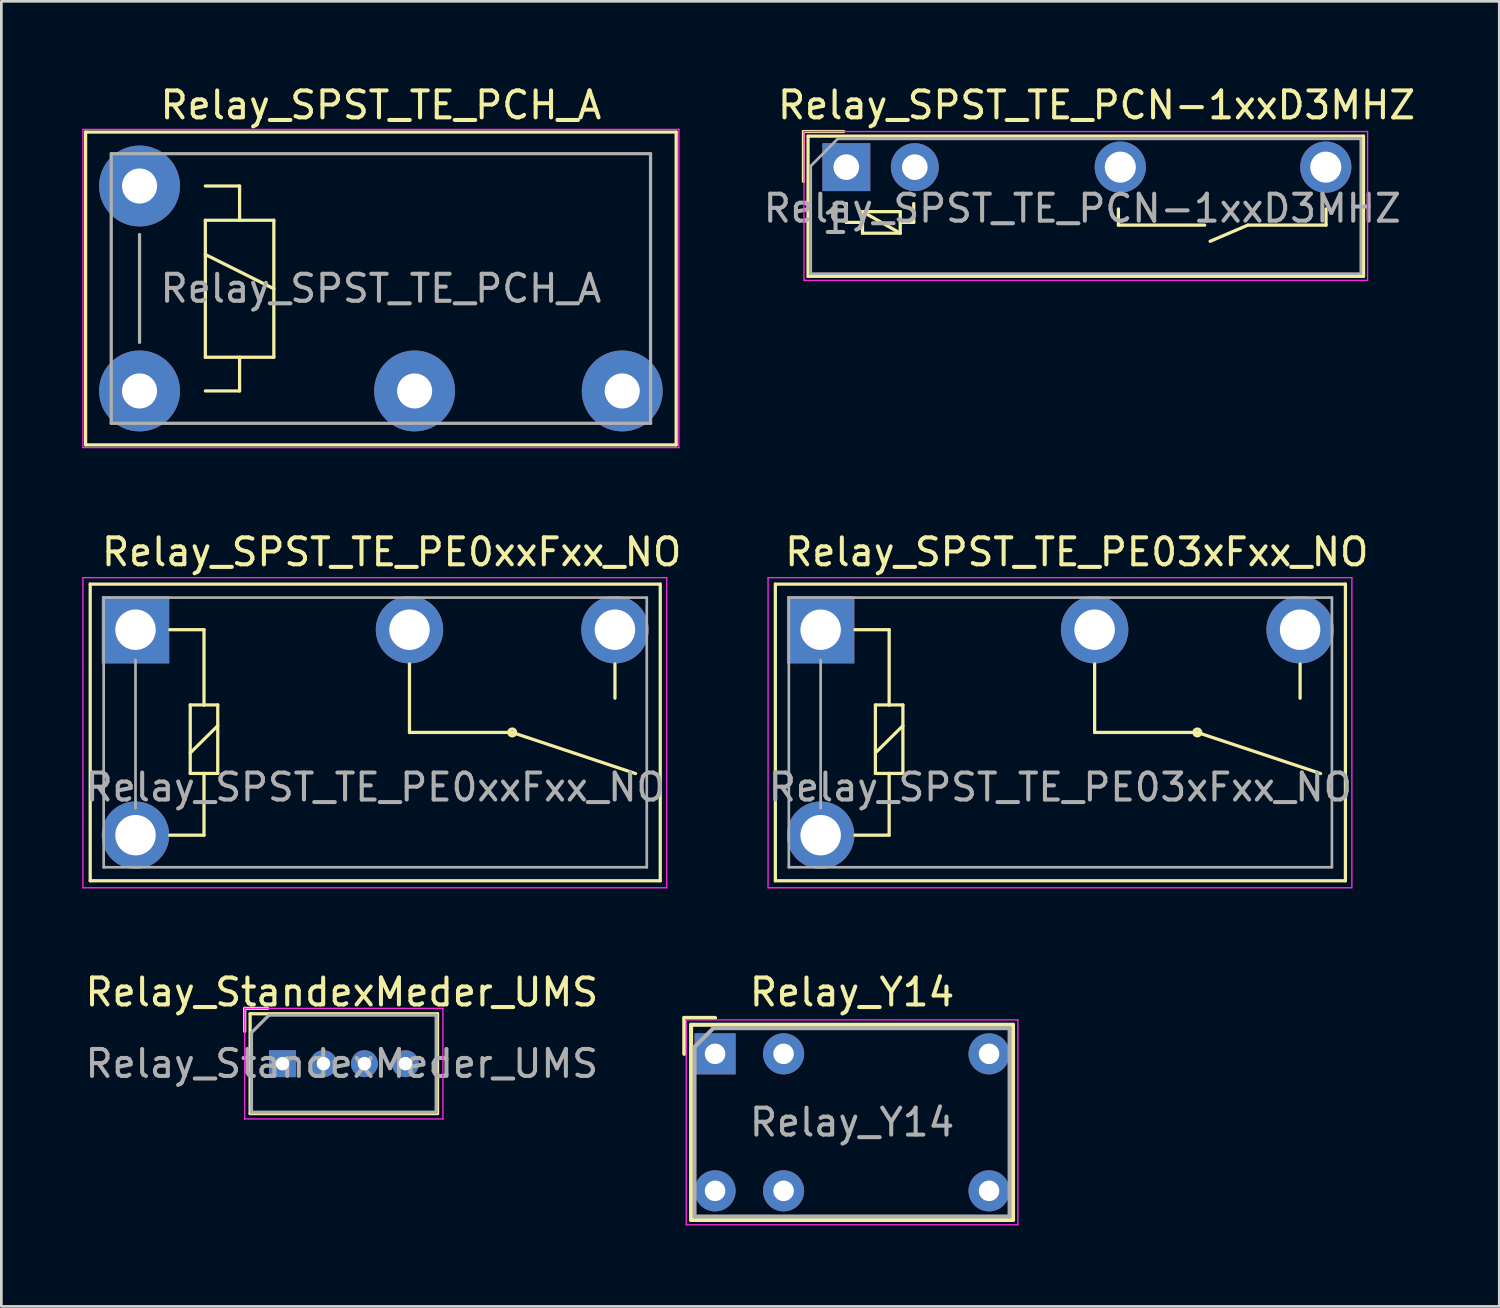
<source format=kicad_pcb>
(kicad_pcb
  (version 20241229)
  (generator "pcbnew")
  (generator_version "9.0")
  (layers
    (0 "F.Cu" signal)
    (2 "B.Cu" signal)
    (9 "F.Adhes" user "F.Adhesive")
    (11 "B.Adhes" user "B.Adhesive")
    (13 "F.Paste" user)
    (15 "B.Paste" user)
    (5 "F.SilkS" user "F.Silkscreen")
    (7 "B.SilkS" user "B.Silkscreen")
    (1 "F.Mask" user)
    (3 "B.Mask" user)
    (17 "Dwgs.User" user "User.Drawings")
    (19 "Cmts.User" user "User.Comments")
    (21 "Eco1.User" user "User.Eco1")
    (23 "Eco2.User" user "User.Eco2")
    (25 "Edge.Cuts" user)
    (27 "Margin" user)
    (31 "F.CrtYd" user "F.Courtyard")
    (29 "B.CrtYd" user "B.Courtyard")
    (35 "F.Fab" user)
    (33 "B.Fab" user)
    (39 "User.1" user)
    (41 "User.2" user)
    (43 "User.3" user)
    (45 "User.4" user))
  (footprint "Relay_SPST_TE_PE0xxFxx_NO"
    (layer "F.Cu")
    (at 1.975 20.302)
    (property "Reference" "Relay_SPST_TE_PE0xxFxx_NO" (at 9.5 -2.88 180) (layer "F.SilkS") (effects (font (size 1 1) (thickness 0.15))))
    (attr through_hole)
    (fp_line (start -1.68 -1.69) (end 19.46 -1.69) (stroke (width 0.12) (type solid)) (layer "F.SilkS"))
    (fp_line (start -1.68 9.31) (end -1.68 -1.69) (stroke (width 0.12) (type solid)) (layer "F.SilkS"))
    (fp_line (start -1.68 9.31) (end 19.46 9.31) (stroke (width 0.12) (type solid)) (layer "F.SilkS"))
    (fp_line (start 1.27 7.62) (end 2.54 7.62) (stroke (width 0.12) (type solid)) (layer "F.SilkS"))
    (fp_line (start 2.03 2.79) (end 2.54 2.79) (stroke (width 0.12) (type solid)) (layer "F.SilkS"))
    (fp_line (start 2.03 4.57) (end 3.05 3.56) (stroke (width 0.12) (type solid)) (layer "F.SilkS"))
    (fp_line (start 2.03 5.33) (end 2.03 2.79) (stroke (width 0.12) (type solid)) (layer "F.SilkS"))
    (fp_line (start 2.54 0) (end 1.27 0) (stroke (width 0.12) (type solid)) (layer "F.SilkS"))
    (fp_line (start 2.54 2.79) (end 2.54 0) (stroke (width 0.12) (type solid)) (layer "F.SilkS"))
    (fp_line (start 2.54 2.79) (end 3.05 2.79) (stroke (width 0.12) (type solid)) (layer "F.SilkS"))
    (fp_line (start 2.54 5.33) (end 2.03 5.33) (stroke (width 0.12) (type solid)) (layer "F.SilkS"))
    (fp_line (start 2.54 7.62) (end 2.54 5.33) (stroke (width 0.12) (type solid)) (layer "F.SilkS"))
    (fp_line (start 3.05 2.79) (end 3.05 5.33) (stroke (width 0.12) (type solid)) (layer "F.SilkS"))
    (fp_line (start 3.05 5.33) (end 2.54 5.33) (stroke (width 0.12) (type solid)) (layer "F.SilkS"))
    (fp_line (start 10.16 3.81) (end 10.16 1.27) (stroke (width 0.12) (type solid)) (layer "F.SilkS"))
    (fp_line (start 10.16 3.81) (end 13.97 3.81) (stroke (width 0.12) (type solid)) (layer "F.SilkS"))
    (fp_line (start 13.97 3.81) (end 18.542 5.334) (stroke (width 0.12) (type solid)) (layer "F.SilkS"))
    (fp_line (start 17.78 1.27) (end 17.78 2.54) (stroke (width 0.12) (type solid)) (layer "F.SilkS"))
    (fp_line (start 19.46 9.31) (end 19.46 -1.69) (stroke (width 0.12) (type solid)) (layer "F.SilkS"))
    (fp_circle (center 13.97 3.81) (end 14.097 3.81) (stroke (width 0.12) (type solid)) (fill no) (layer "F.SilkS"))
    (fp_line (start -1.95 -1.93) (end 19.7 -1.93) (stroke (width 0.05) (type solid)) (layer "F.CrtYd"))
    (fp_line (start -1.95 9.57) (end -1.95 -1.93) (stroke (width 0.05) (type solid)) (layer "F.CrtYd"))
    (fp_line (start 19.7 -1.93) (end 19.7 9.57) (stroke (width 0.05) (type solid)) (layer "F.CrtYd"))
    (fp_line (start 19.7 9.57) (end -1.95 9.57) (stroke (width 0.05) (type solid)) (layer "F.CrtYd"))
    (fp_line (start -1.18 -1.19) (end 18.96 -1.19) (stroke (width 0.1) (type solid)) (layer "F.Fab"))
    (fp_line (start -1.18 8.81) (end -1.18 -1.19) (stroke (width 0.1) (type solid)) (layer "F.Fab"))
    (fp_line (start 0 6.62) (end 0 1.12) (stroke (width 0.1) (type solid)) (layer "F.Fab"))
    (fp_line (start 18.96 -1.19) (end 18.96 8.81) (stroke (width 0.1) (type solid)) (layer "F.Fab"))
    (fp_line (start 18.96 8.81) (end -1.18 8.81) (stroke (width 0.1) (type solid)) (layer "F.Fab"))
    (fp_text user "${REFERENCE}" (at 8.89 5.842 0) (layer "F.Fab") (effects (font (size 1 1) (thickness 0.15))))
    (pad "11" thru_hole circle (at 10.16 0 180) (size 2.5 2.5) (drill 1.5) (layers "*.Cu" "*.Mask"))
    (pad "14" thru_hole circle (at 17.78 0 180) (size 2.5 2.5) (drill 1.5) (layers "*.Cu" "*.Mask"))
    (pad "A1" thru_hole rect (at 0 0 180) (size 2.5 2.5) (drill 1.5) (layers "*.Cu" "*.Mask"))
    (pad "A2" thru_hole circle (at 0 7.62 180) (size 2.5 2.5) (drill 1.5) (layers "*.Cu" "*.Mask")))
  (footprint "Relay_Y14"
    (layer "F.Cu")
    (at 23.468 36.031)
    (property "Reference" "Relay_Y14" (at 5.08 -2.286 0) (layer "F.SilkS") (effects (font (size 1 1) (thickness 0.15))))
    (attr through_hole)
    (fp_line (start -1.143 -1.333) (end -1.143 0) (stroke (width 0.15) (type solid)) (layer "F.SilkS"))
    (fp_line (start -0.889 -1.079) (end -0.889 6.16) (stroke (width 0.15) (type solid)) (layer "F.SilkS"))
    (fp_line (start -0.889 6.16) (end 11.049 6.16) (stroke (width 0.15) (type solid)) (layer "F.SilkS"))
    (fp_line (start 0 -1.333) (end -1.143 -1.333) (stroke (width 0.15) (type solid)) (layer "F.SilkS"))
    (fp_line (start 11.049 -1.079) (end -0.889 -1.079) (stroke (width 0.15) (type solid)) (layer "F.SilkS"))
    (fp_line (start 11.049 6.16) (end 11.049 -1.079) (stroke (width 0.15) (type solid)) (layer "F.SilkS"))
    (fp_line (start -1.07 -1.26) (end -1.07 6.34) (stroke (width 0.05) (type solid)) (layer "F.CrtYd"))
    (fp_line (start -1.07 6.34) (end 11.23 6.34) (stroke (width 0.05) (type solid)) (layer "F.CrtYd"))
    (fp_line (start 11.23 -1.26) (end -1.07 -1.26) (stroke (width 0.05) (type solid)) (layer "F.CrtYd"))
    (fp_line (start 11.23 6.34) (end 11.23 -1.26) (stroke (width 0.05) (type solid)) (layer "F.CrtYd"))
    (fp_line (start -0.762 6.032) (end -0.762 -0.254) (stroke (width 0.15) (type solid)) (layer "F.Fab"))
    (fp_line (start -0.064 -0.953) (end -0.762 -0.254) (stroke (width 0.15) (type solid)) (layer "F.Fab"))
    (fp_line (start -0.064 -0.953) (end 10.922 -0.953) (stroke (width 0.15) (type solid)) (layer "F.Fab"))
    (fp_line (start 10.922 -0.953) (end 10.922 6.032) (stroke (width 0.15) (type solid)) (layer "F.Fab"))
    (fp_line (start 10.922 6.032) (end -0.762 6.032) (stroke (width 0.15) (type solid)) (layer "F.Fab"))
    (fp_text user "${REFERENCE}" (at 5.08 2.54 0) (layer "F.Fab") (effects (font (size 1 1) (thickness 0.15))))
    (pad "1" thru_hole rect (at 0 0) (size 1.524 1.524) (drill 0.762) (layers "*.Cu" "*.Mask"))
    (pad "2" thru_hole circle (at 0 5.08) (size 1.524 1.524) (drill 0.762) (layers "*.Cu" "*.Mask"))
    (pad "3" thru_hole circle (at 2.54 0) (size 1.524 1.524) (drill 0.762) (layers "*.Cu" "*.Mask"))
    (pad "4" thru_hole circle (at 2.54 5.08) (size 1.524 1.524) (drill 0.762) (layers "*.Cu" "*.Mask"))
    (pad "5" thru_hole circle (at 10.16 0) (size 1.524 1.524) (drill 0.762) (layers "*.Cu" "*.Mask"))
    (pad "6" thru_hole circle (at 10.16 5.08) (size 1.524 1.524) (drill 0.762) (layers "*.Cu" "*.Mask")))
  (footprint "Relay_SPST_TE_PCH_A"
    (layer "F.Cu")
    (at 2.125 3.848)
    (property "Reference" "Relay_SPST_TE_PCH_A" (at 8.95 -3 0) (layer "F.SilkS") (effects (font (size 1 1) (thickness 0.15))))
    (attr through_hole)
    (fp_line (start -2 -2) (end 19.9 -2) (stroke (width 0.12) (type solid)) (layer "F.SilkS"))
    (fp_line (start -2 9.6) (end -2 -2) (stroke (width 0.12) (type solid)) (layer "F.SilkS"))
    (fp_line (start 2.44 0) (end 3.71 0) (stroke (width 0.12) (type solid)) (layer "F.SilkS"))
    (fp_line (start 2.44 1.27) (end 3.71 1.27) (stroke (width 0.12) (type solid)) (layer "F.SilkS"))
    (fp_line (start 2.44 2.54) (end 4.98 3.81) (stroke (width 0.12) (type solid)) (layer "F.SilkS"))
    (fp_line (start 2.44 6.35) (end 2.44 1.27) (stroke (width 0.12) (type solid)) (layer "F.SilkS"))
    (fp_line (start 3.71 0) (end 3.71 1.27) (stroke (width 0.12) (type solid)) (layer "F.SilkS"))
    (fp_line (start 3.71 1.27) (end 4.98 1.27) (stroke (width 0.12) (type solid)) (layer "F.SilkS"))
    (fp_line (start 3.71 6.35) (end 3.71 7.6) (stroke (width 0.12) (type solid)) (layer "F.SilkS"))
    (fp_line (start 3.71 7.6) (end 2.44 7.6) (stroke (width 0.12) (type solid)) (layer "F.SilkS"))
    (fp_line (start 4.98 1.27) (end 4.98 6.35) (stroke (width 0.12) (type solid)) (layer "F.SilkS"))
    (fp_line (start 4.98 6.35) (end 2.44 6.35) (stroke (width 0.12) (type solid)) (layer "F.SilkS"))
    (fp_line (start 19.9 -2) (end 19.9 9.6) (stroke (width 0.12) (type solid)) (layer "F.SilkS"))
    (fp_line (start 19.9 9.6) (end -2 9.6) (stroke (width 0.12) (type solid)) (layer "F.SilkS"))
    (fp_line (start -2.1 -2.1) (end 20 -2.1) (stroke (width 0.05) (type solid)) (layer "F.CrtYd"))
    (fp_line (start -2.1 9.7) (end -2.1 -2.1) (stroke (width 0.05) (type solid)) (layer "F.CrtYd"))
    (fp_line (start 20 -2.1) (end 20 9.7) (stroke (width 0.05) (type solid)) (layer "F.CrtYd"))
    (fp_line (start 20 9.7) (end -2.1 9.7) (stroke (width 0.05) (type solid)) (layer "F.CrtYd"))
    (fp_line (start -1.05 -1.2) (end 18.95 -1.2) (stroke (width 0.12) (type solid)) (layer "F.Fab"))
    (fp_line (start -1.05 8.8) (end -1.05 -1.2) (stroke (width 0.12) (type solid)) (layer "F.Fab"))
    (fp_line (start 0 1.8) (end 0 5.8) (stroke (width 0.12) (type solid)) (layer "F.Fab"))
    (fp_line (start 18.95 -1.2) (end 18.95 8.8) (stroke (width 0.12) (type solid)) (layer "F.Fab"))
    (fp_line (start 18.95 8.8) (end -1.05 8.8) (stroke (width 0.12) (type solid)) (layer "F.Fab"))
    (fp_text user "${REFERENCE}" (at 8.95 3.8 0) (layer "F.Fab") (effects (font (size 1 1) (thickness 0.15))))
    (pad "1" thru_hole circle (at 0 0) (size 3 3) (drill 1.3) (layers "*.Cu" "*.Mask"))
    (pad "2" thru_hole circle (at 10.2 7.6) (size 3 3) (drill 1.3) (layers "*.Cu" "*.Mask"))
    (pad "3" thru_hole circle (at 17.9 7.6) (size 3 3) (drill 1.3) (layers "*.Cu" "*.Mask"))
    (pad "5" thru_hole circle (at 0 7.6) (size 3 3) (drill 1.3) (layers "*.Cu" "*.Mask")))
  (footprint "Relay_SPST_TE_PE03xFxx_NO"
    (layer "F.Cu")
    (at 27.383 20.302)
    (property "Reference" "Relay_SPST_TE_PE03xFxx_NO" (at 9.5 -2.88 180) (layer "F.SilkS") (effects (font (size 1 1) (thickness 0.15))))
    (attr through_hole)
    (fp_line (start -1.68 -1.69) (end 19.46 -1.69) (stroke (width 0.12) (type solid)) (layer "F.SilkS"))
    (fp_line (start -1.68 9.31) (end -1.68 -1.69) (stroke (width 0.12) (type solid)) (layer "F.SilkS"))
    (fp_line (start -1.68 9.31) (end 19.46 9.31) (stroke (width 0.12) (type solid)) (layer "F.SilkS"))
    (fp_line (start 1.27 7.62) (end 2.54 7.62) (stroke (width 0.12) (type solid)) (layer "F.SilkS"))
    (fp_line (start 2.03 2.79) (end 2.54 2.79) (stroke (width 0.12) (type solid)) (layer "F.SilkS"))
    (fp_line (start 2.03 4.57) (end 3.05 3.56) (stroke (width 0.12) (type solid)) (layer "F.SilkS"))
    (fp_line (start 2.03 5.33) (end 2.03 2.79) (stroke (width 0.12) (type solid)) (layer "F.SilkS"))
    (fp_line (start 2.54 0) (end 1.27 0) (stroke (width 0.12) (type solid)) (layer "F.SilkS"))
    (fp_line (start 2.54 2.79) (end 2.54 0) (stroke (width 0.12) (type solid)) (layer "F.SilkS"))
    (fp_line (start 2.54 2.79) (end 3.05 2.79) (stroke (width 0.12) (type solid)) (layer "F.SilkS"))
    (fp_line (start 2.54 5.33) (end 2.03 5.33) (stroke (width 0.12) (type solid)) (layer "F.SilkS"))
    (fp_line (start 2.54 7.62) (end 2.54 5.33) (stroke (width 0.12) (type solid)) (layer "F.SilkS"))
    (fp_line (start 3.05 2.79) (end 3.05 5.33) (stroke (width 0.12) (type solid)) (layer "F.SilkS"))
    (fp_line (start 3.05 5.33) (end 2.54 5.33) (stroke (width 0.12) (type solid)) (layer "F.SilkS"))
    (fp_line (start 10.16 3.81) (end 10.16 1.27) (stroke (width 0.12) (type solid)) (layer "F.SilkS"))
    (fp_line (start 10.16 3.81) (end 13.97 3.81) (stroke (width 0.12) (type solid)) (layer "F.SilkS"))
    (fp_line (start 13.97 3.81) (end 18.542 5.334) (stroke (width 0.12) (type solid)) (layer "F.SilkS"))
    (fp_line (start 17.78 1.27) (end 17.78 2.54) (stroke (width 0.12) (type solid)) (layer "F.SilkS"))
    (fp_line (start 19.46 9.31) (end 19.46 -1.69) (stroke (width 0.12) (type solid)) (layer "F.SilkS"))
    (fp_circle (center 13.97 3.81) (end 14.097 3.81) (stroke (width 0.12) (type solid)) (fill no) (layer "F.SilkS"))
    (fp_line (start -1.95 -1.93) (end 19.7 -1.93) (stroke (width 0.05) (type solid)) (layer "F.CrtYd"))
    (fp_line (start -1.95 9.57) (end -1.95 -1.93) (stroke (width 0.05) (type solid)) (layer "F.CrtYd"))
    (fp_line (start 19.7 -1.93) (end 19.7 9.57) (stroke (width 0.05) (type solid)) (layer "F.CrtYd"))
    (fp_line (start 19.7 9.57) (end -1.95 9.57) (stroke (width 0.05) (type solid)) (layer "F.CrtYd"))
    (fp_line (start -1.18 -1.19) (end 18.96 -1.19) (stroke (width 0.1) (type solid)) (layer "F.Fab"))
    (fp_line (start -1.18 8.81) (end -1.18 -1.19) (stroke (width 0.1) (type solid)) (layer "F.Fab"))
    (fp_line (start 0 6.62) (end 0 1.12) (stroke (width 0.1) (type solid)) (layer "F.Fab"))
    (fp_line (start 18.96 -1.19) (end 18.96 8.81) (stroke (width 0.1) (type solid)) (layer "F.Fab"))
    (fp_line (start 18.96 8.81) (end -1.18 8.81) (stroke (width 0.1) (type solid)) (layer "F.Fab"))
    (fp_text user "${REFERENCE}" (at 8.89 5.842 0) (layer "F.Fab") (effects (font (size 1 1) (thickness 0.15))))
    (pad "11" thru_hole circle (at 10.16 0 180) (size 2.5 2.5) (drill 1.5) (layers "*.Cu" "*.Mask"))
    (pad "14" thru_hole circle (at 17.78 0 180) (size 2.5 2.5) (drill 1.5) (layers "*.Cu" "*.Mask"))
    (pad "A1" thru_hole rect (at 0 0 180) (size 2.5 2.5) (drill 1.5) (layers "*.Cu" "*.Mask"))
    (pad "A2" thru_hole circle (at 0 7.62 180) (size 2.5 2.5) (drill 1.5) (layers "*.Cu" "*.Mask")))
  (footprint "Relay_SPST_TE_PCN-1xxD3MHZ"
    (layer "F.Cu")
    (at 28.335 3.148)
    (property "Reference" "Relay_SPST_TE_PCN-1xxD3MHZ" (at 9.28 -2.3 180) (layer "F.SilkS") (effects (font (size 1 1) (thickness 0.15))))
    (attr through_hole)
    (fp_line (start -1.59 -1.32) (end -0.1 -1.32) (stroke (width 0.12) (type solid)) (layer "F.SilkS"))
    (fp_line (start -1.59 0.53) (end -1.59 -1.32) (stroke (width 0.12) (type solid)) (layer "F.SilkS"))
    (fp_line (start -1.42 -1.15) (end -1.42 4.05) (stroke (width 0.12) (type solid)) (layer "F.SilkS"))
    (fp_line (start -1.42 4.05) (end 19.18 4.05) (stroke (width 0.12) (type solid)) (layer "F.SilkS"))
    (fp_line (start 0 1.35) (end 0 2.05) (stroke (width 0.12) (type solid)) (layer "F.SilkS"))
    (fp_line (start 0 2.05) (end 0.6 2.05) (stroke (width 0.12) (type solid)) (layer "F.SilkS"))
    (fp_line (start 0.6 1.65) (end 2 1.65) (stroke (width 0.12) (type solid)) (layer "F.SilkS"))
    (fp_line (start 0.6 1.65) (end 2 2.45) (stroke (width 0.12) (type solid)) (layer "F.SilkS"))
    (fp_line (start 0.6 2.05) (end 0.6 1.65) (stroke (width 0.12) (type solid)) (layer "F.SilkS"))
    (fp_line (start 0.6 2.45) (end 0.6 2.05) (stroke (width 0.12) (type solid)) (layer "F.SilkS"))
    (fp_line (start 2 1.65) (end 2 2.45) (stroke (width 0.12) (type solid)) (layer "F.SilkS"))
    (fp_line (start 2 2.05) (end 2.5 2.05) (stroke (width 0.12) (type solid)) (layer "F.SilkS"))
    (fp_line (start 2 2.45) (end 0.6 2.45) (stroke (width 0.12) (type solid)) (layer "F.SilkS"))
    (fp_line (start 2.5 2.05) (end 2.5 1.35) (stroke (width 0.12) (type solid)) (layer "F.SilkS"))
    (fp_line (start 10.09 2.15) (end 10.09 1.55) (stroke (width 0.12) (type solid)) (layer "F.SilkS"))
    (fp_line (start 13.29 2.15) (end 10.09 2.15) (stroke (width 0.12) (type solid)) (layer "F.SilkS"))
    (fp_line (start 14.89 2.15) (end 13.49 2.75) (stroke (width 0.12) (type solid)) (layer "F.SilkS"))
    (fp_line (start 17.79 1.55) (end 17.79 2.15) (stroke (width 0.12) (type solid)) (layer "F.SilkS"))
    (fp_line (start 17.79 2.15) (end 14.89 2.15) (stroke (width 0.12) (type solid)) (layer "F.SilkS"))
    (fp_line (start 19.18 -1.15) (end -1.42 -1.15) (stroke (width 0.12) (type solid)) (layer "F.SilkS"))
    (fp_line (start 19.18 4.05) (end 19.18 -1.15) (stroke (width 0.12) (type solid)) (layer "F.SilkS"))
    (fp_line (start -1.57 -1.32) (end -1.57 4.2) (stroke (width 0.05) (type solid)) (layer "F.CrtYd"))
    (fp_line (start -1.57 4.2) (end 19.33 4.2) (stroke (width 0.05) (type solid)) (layer "F.CrtYd"))
    (fp_line (start 19.33 -1.32) (end -1.57 -1.32) (stroke (width 0.05) (type solid)) (layer "F.CrtYd"))
    (fp_line (start 19.33 4.2) (end 19.33 -1.32) (stroke (width 0.05) (type solid)) (layer "F.CrtYd"))
    (fp_line (start -1.32 3.95) (end -1.32 -0.04) (stroke (width 0.1) (type solid)) (layer "F.Fab"))
    (fp_line (start -0.32 -1.05) (end -1.32 -0.04) (stroke (width 0.1) (type solid)) (layer "F.Fab"))
    (fp_line (start -0.32 -1.05) (end 19.08 -1.05) (stroke (width 0.1) (type solid)) (layer "F.Fab"))
    (fp_line (start 19.08 -1.05) (end 19.08 3.95) (stroke (width 0.1) (type solid)) (layer "F.Fab"))
    (fp_line (start 19.08 3.95) (end -1.32 3.95) (stroke (width 0.1) (type solid)) (layer "F.Fab"))
    (fp_text user "${REFERENCE}" (at 8.75 1.53 0) (layer "F.Fab") (effects (font (size 1 1) (thickness 0.15))))
    (fp_text user "1" (at -0.4 1.95 0) (layer "F.Fab") (effects (font (size 1 1) (thickness 0.15))))
    (pad "1" thru_hole rect (at 0 0) (size 1.778 1.778) (drill 0.95) (layers "*.Cu" "*.Mask"))
    (pad "2" thru_hole circle (at 2.54 0) (size 1.778 1.778) (drill 0.95) (layers "*.Cu" "*.Mask"))
    (pad "3" thru_hole circle (at 10.16 0) (size 1.9 1.9) (drill 1.15) (layers "*.Cu" "*.Mask"))
    (pad "4" thru_hole circle (at 17.78 0) (size 1.9 1.9) (drill 1.15) (layers "*.Cu" "*.Mask")))
  (footprint "Relay_StandexMeder_UMS"
    (layer "F.Cu")
    (at 7.425 36.395)
    (property "Reference" "Relay_StandexMeder_UMS" (at 2.2 -2.65 0) (layer "F.SilkS") (effects (font (size 1 1) (thickness 0.15))))
    (attr through_hole)
    (fp_line (start -1.4 -2.05) (end -0.55 -2.05) (stroke (width 0.12) (type solid)) (layer "F.SilkS"))
    (fp_line (start -1.4 -1.2) (end -1.4 -2.05) (stroke (width 0.12) (type solid)) (layer "F.SilkS"))
    (fp_line (start -1.2 -1.85) (end 5.75 -1.85) (stroke (width 0.12) (type solid)) (layer "F.SilkS"))
    (fp_line (start -1.2 1.85) (end -1.2 -1.85) (stroke (width 0.12) (type solid)) (layer "F.SilkS"))
    (fp_line (start 5.75 -1.85) (end 5.75 1.85) (stroke (width 0.12) (type solid)) (layer "F.SilkS"))
    (fp_line (start 5.75 1.85) (end -1.2 1.85) (stroke (width 0.12) (type solid)) (layer "F.SilkS"))
    (fp_line (start -1.4 -2.05) (end -1.4 2.05) (stroke (width 0.05) (type solid)) (layer "F.CrtYd"))
    (fp_line (start -1.4 -2.05) (end 5.95 -2.05) (stroke (width 0.05) (type solid)) (layer "F.CrtYd"))
    (fp_line (start 5.95 2.05) (end -1.4 2.05) (stroke (width 0.05) (type solid)) (layer "F.CrtYd"))
    (fp_line (start 5.95 2.05) (end 5.95 -2.05) (stroke (width 0.05) (type solid)) (layer "F.CrtYd"))
    (fp_line (start -1.15 -1.15) (end -1.15 1.8) (stroke (width 0.12) (type solid)) (layer "F.Fab"))
    (fp_line (start -1.15 1.8) (end 5.7 1.8) (stroke (width 0.12) (type solid)) (layer "F.Fab"))
    (fp_line (start -0.5 -1.8) (end -1.15 -1.15) (stroke (width 0.12) (type solid)) (layer "F.Fab"))
    (fp_line (start 5.7 -1.8) (end -0.5 -1.8) (stroke (width 0.12) (type solid)) (layer "F.Fab"))
    (fp_line (start 5.7 1.8) (end 5.7 -1.8) (stroke (width 0.12) (type solid)) (layer "F.Fab"))
    (fp_text user "${REFERENCE}" (at 2.2 0 0) (layer "F.Fab") (effects (font (size 1 1) (thickness 0.15))))
    (pad "1" thru_hole rect (at 0 0) (size 1 1) (drill 0.5) (layers "*.Cu" "*.Mask"))
    (pad "2" thru_hole circle (at 1.52 0) (size 1 1) (drill 0.5) (layers "*.Cu" "*.Mask"))
    (pad "3" thru_hole circle (at 3.04 0) (size 1 1) (drill 0.5) (layers "*.Cu" "*.Mask"))
    (pad "4" thru_hole circle (at 4.56 0) (size 1 1) (drill 0.5) (layers "*.Cu" "*.Mask")))
  (gr_rect
    (start -3 -3)
    (end 52.549 45.396)
    (stroke (width 0.1) (type default))
    (fill no)
    (layer "Edge.Cuts")))
</source>
